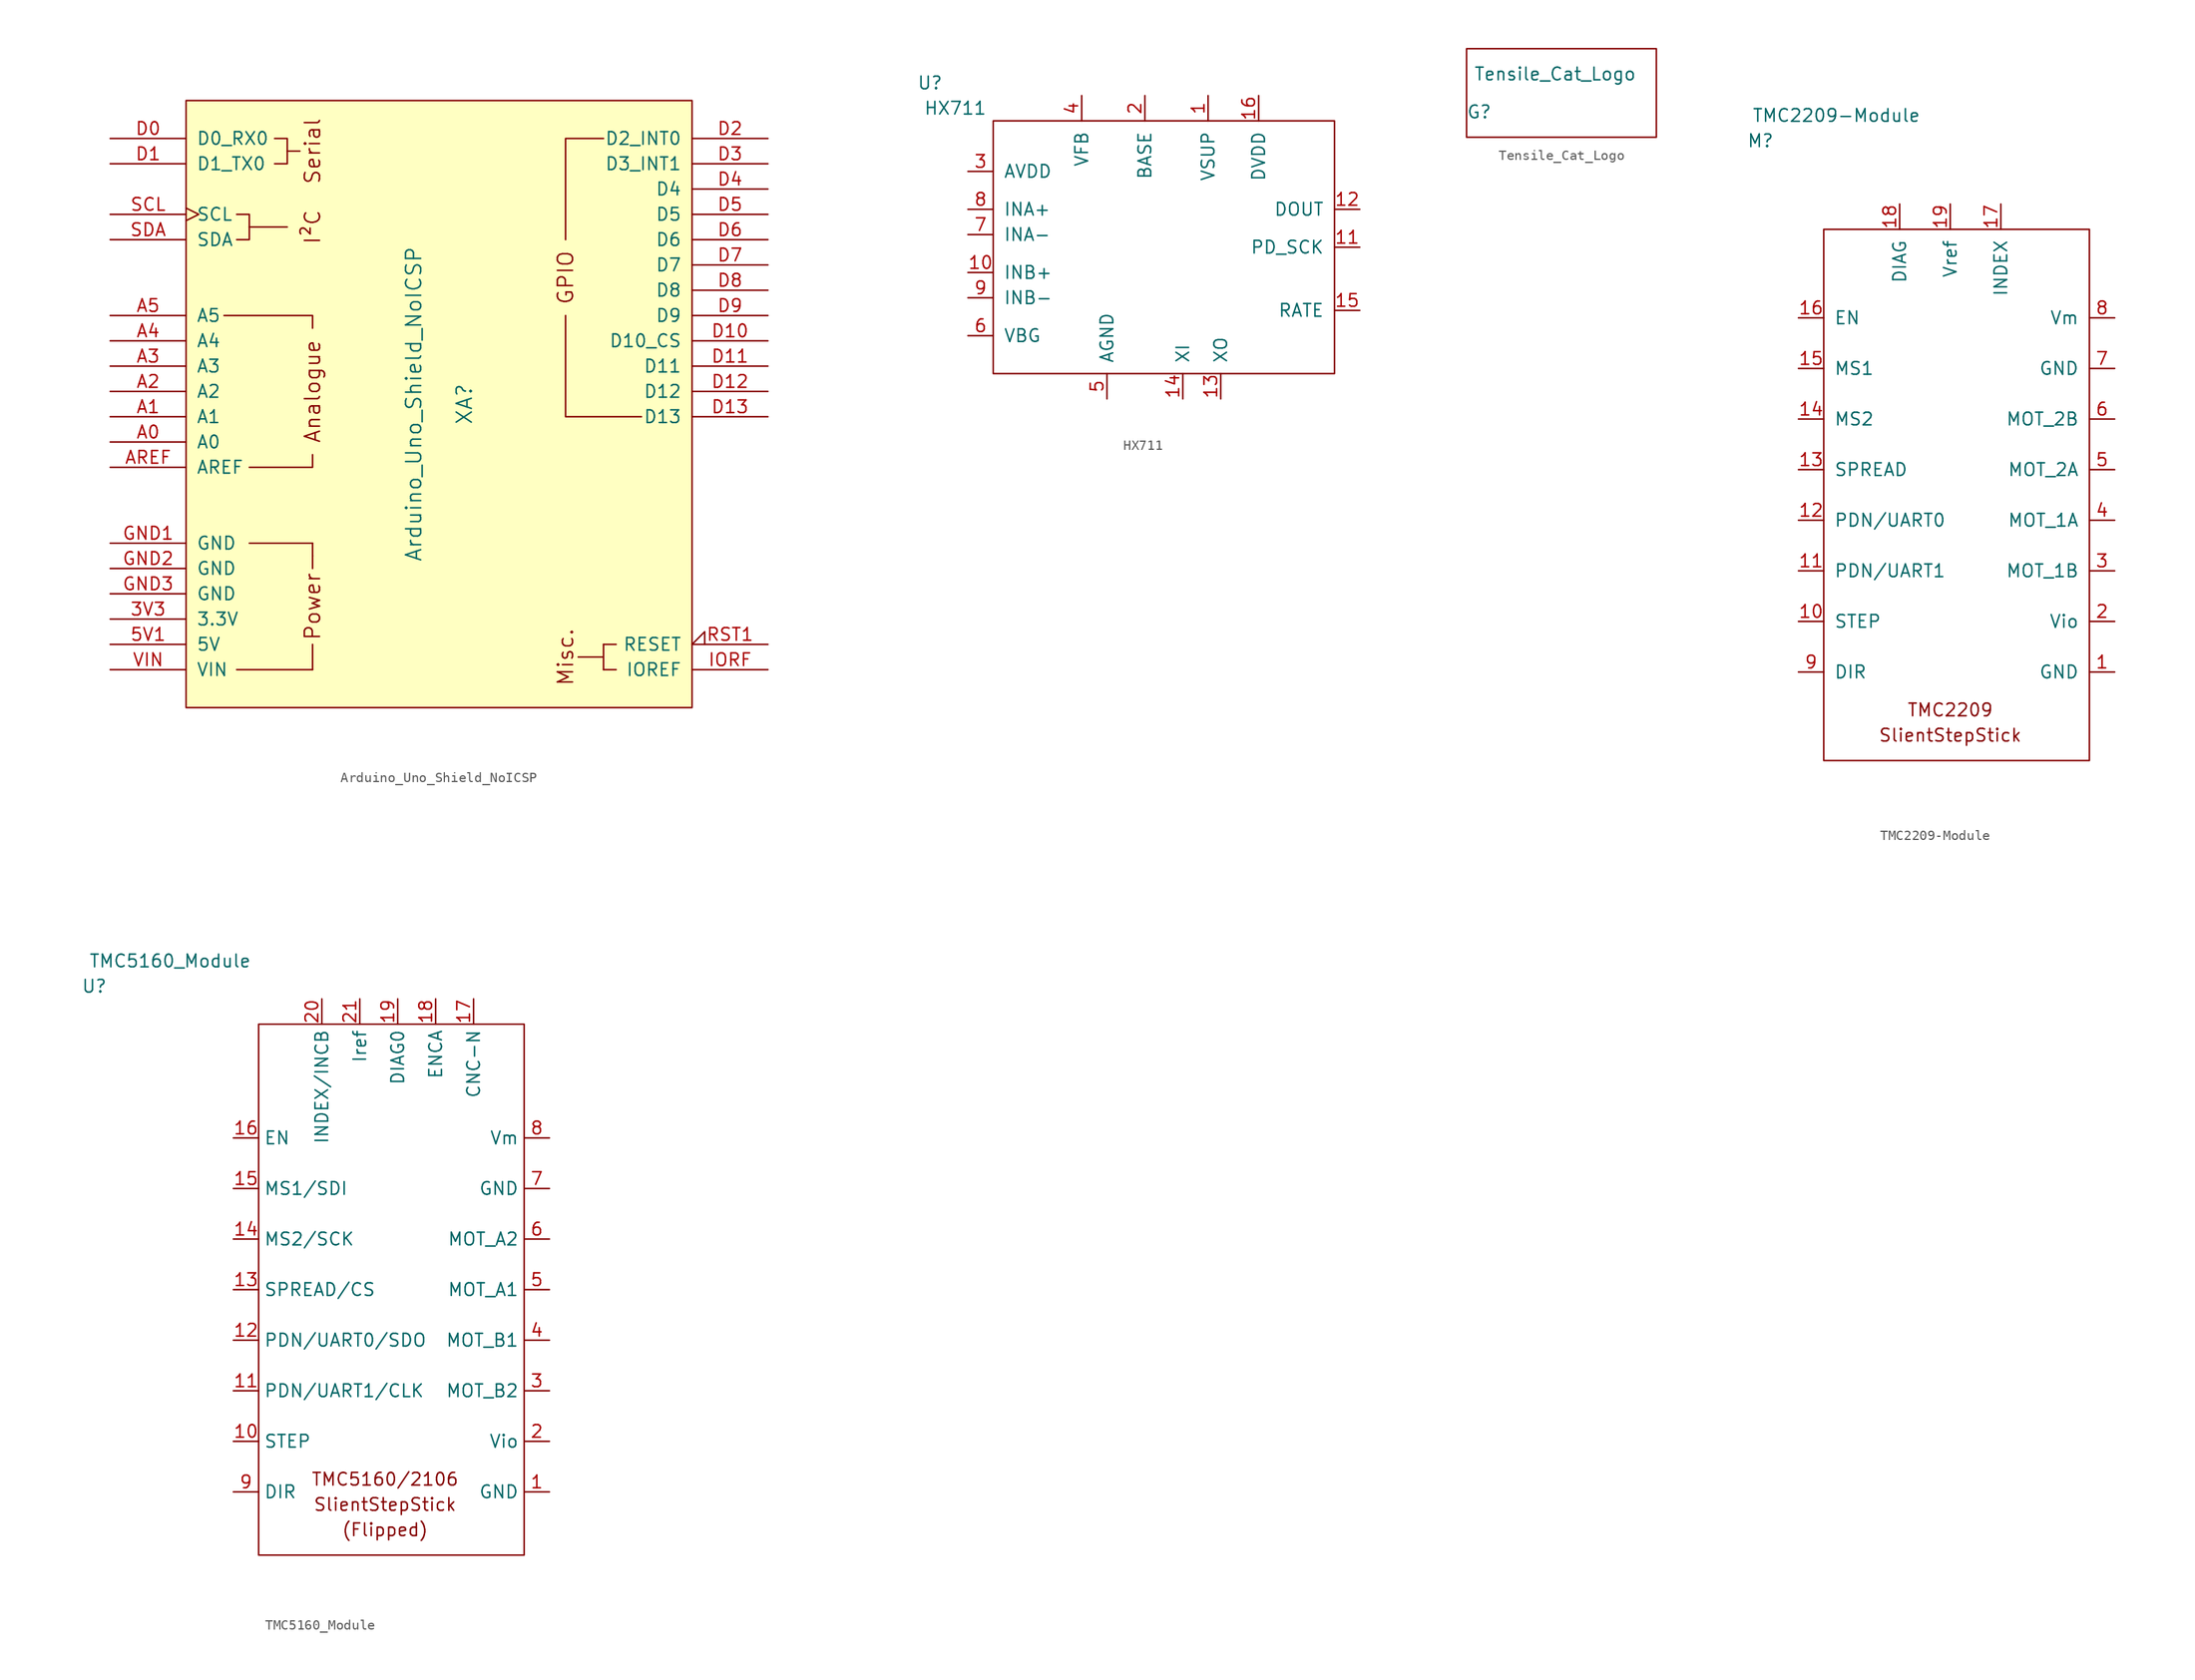
<source format=kicad_sym>
(kicad_symbol_lib
  (version 20211014)
  (generator kicad_symbol_editor)
  (symbol "Arduino_Uno_Shield_NoICSP"
    (pin_names
      (offset 1.016))
    (property "Reference" "XA"
      (at 2.54 0 90)
      (effects (font (size 1.524 1.524))))
    (property "Value" "Arduino_Uno_Shield_NoICSP"
      (at -2.54 0 90)
      (effects (font (size 1.524 1.524))))
    (symbol "Arduino_Uno_Shield_NoICSP_0_0"
      (rectangle (start -25.4 30.48) (end 25.4 -30.48) (stroke (width 0) (type default) (color 0 0 0 0)) (fill (type background)))
      (rectangle (start -20.32 -26.67) (end -12.7 -26.67) (stroke (width 0) (type default) (color 0 0 0 0)) (fill (type none)))
      (rectangle (start -19.05 -13.97) (end -12.7 -13.97) (stroke (width 0) (type default) (color 0 0 0 0)) (fill (type none)))
      (polyline (pts (xy -19.05 17.78) (xy -15.24 17.78)) (stroke (width 0) (type default) (color 0 0 0 0)) (fill (type none)))
      (polyline (pts (xy -15.24 25.4) (xy -13.97 25.4)) (stroke (width 0) (type default) (color 0 0 0 0)) (fill (type none)))
      (polyline (pts (xy -12.7 -26.67) (xy -12.7 -24.13)) (stroke (width 0) (type default) (color 0 0 0 0)) (fill (type none)))
      (polyline (pts (xy -12.7 -15.24) (xy -12.7 -16.51)) (stroke (width 0) (type default) (color 0 0 0 0)) (fill (type none)))
      (polyline (pts (xy -12.7 -13.97) (xy -12.7 -15.24)) (stroke (width 0) (type default) (color 0 0 0 0)) (fill (type none)))
      (polyline (pts (xy -12.7 -5.08) (xy -12.7 -6.35) (xy -19.05 -6.35)) (stroke (width 0) (type default) (color 0 0 0 0)) (fill (type none)))
      (polyline (pts (xy -12.7 7.62) (xy -12.7 8.89) (xy -21.59 8.89)) (stroke (width 0) (type default) (color 0 0 0 0)) (fill (type none)))
      (polyline (pts (xy 12.7 8.89) (xy 12.7 -1.27) (xy 20.32 -1.27)) (stroke (width 0) (type default) (color 0 0 0 0)) (fill (type none)))
      (polyline (pts (xy 12.7 16.51) (xy 12.7 26.67) (xy 16.51 26.67)) (stroke (width 0) (type default) (color 0 0 0 0)) (fill (type none)))
      (polyline (pts (xy -20.32 19.05) (xy -19.05 19.05) (xy -19.05 16.51) (xy -20.32 16.51)) (stroke (width 0) (type default) (color 0 0 0 0)) (fill (type none)))
      (polyline (pts (xy -16.51 26.67) (xy -15.24 26.67) (xy -15.24 24.13) (xy -16.51 24.13)) (stroke (width 0) (type default) (color 0 0 0 0)) (fill (type none)))
      (rectangle (start 16.51 -25.4) (end 13.97 -25.4) (stroke (width 0) (type default) (color 0 0 0 0)) (fill (type none)))
      (rectangle (start 16.51 -24.13) (end 16.51 -26.67) (stroke (width 0) (type default) (color 0 0 0 0)) (fill (type none)))
      (rectangle (start 17.78 -26.67) (end 16.51 -26.67) (stroke (width 0) (type default) (color 0 0 0 0)) (fill (type none)))
      (rectangle (start 17.78 -24.13) (end 16.51 -24.13) (stroke (width 0) (type default) (color 0 0 0 0)) (fill (type none)))
      (text "Analogue" (at -12.7 1.27 900) (effects (font (size 1.524 1.524))))
      (text "I²C" (at -12.7 17.78 900) (effects (font (size 1.524 1.524))))
      (text "Misc." (at 12.7 -25.4 900) (effects (font (size 1.524 1.524))))
      (text "Power" (at -12.7 -20.32 900) (effects (font (size 1.524 1.524))))
      (text "Serial" (at -12.7 25.4 900) (effects (font (size 1.524 1.524)))))
    (symbol "Arduino_Uno_Shield_NoICSP_1_0"
      (text "GPIO" (at 12.7 12.7 900) (effects (font (size 1.524 1.524)))))
    (symbol "Arduino_Uno_Shield_NoICSP_1_1"
      (pin power_in line (at -33.02 -21.59 0) (length 7.62) (name "3.3V" (effects (font (size 1.27 1.27)))) (number "3V3" (effects (font (size 1.27 1.27)))))
      (pin power_in line (at -33.02 -24.13 0) (length 7.62) (name "5V" (effects (font (size 1.27 1.27)))) (number "5V1" (effects (font (size 1.27 1.27)))))
      (pin bidirectional line (at -33.02 -3.81 0) (length 7.62) (name "A0" (effects (font (size 1.27 1.27)))) (number "A0" (effects (font (size 1.27 1.27)))))
      (pin bidirectional line (at -33.02 -1.27 0) (length 7.62) (name "A1" (effects (font (size 1.27 1.27)))) (number "A1" (effects (font (size 1.27 1.27)))))
      (pin bidirectional line (at -33.02 1.27 0) (length 7.62) (name "A2" (effects (font (size 1.27 1.27)))) (number "A2" (effects (font (size 1.27 1.27)))))
      (pin bidirectional line (at -33.02 3.81 0) (length 7.62) (name "A3" (effects (font (size 1.27 1.27)))) (number "A3" (effects (font (size 1.27 1.27)))))
      (pin bidirectional line (at -33.02 6.35 0) (length 7.62) (name "A4" (effects (font (size 1.27 1.27)))) (number "A4" (effects (font (size 1.27 1.27)))))
      (pin bidirectional line (at -33.02 8.89 0) (length 7.62) (name "A5" (effects (font (size 1.27 1.27)))) (number "A5" (effects (font (size 1.27 1.27)))))
      (pin input line (at -33.02 -6.35 0) (length 7.62) (name "AREF" (effects (font (size 1.27 1.27)))) (number "AREF" (effects (font (size 1.27 1.27)))))
      (pin bidirectional line (at -33.02 26.67 0) (length 7.62) (name "D0_RX0" (effects (font (size 1.27 1.27)))) (number "D0" (effects (font (size 1.27 1.27)))))
      (pin bidirectional line (at -33.02 24.13 0) (length 7.62) (name "D1_TX0" (effects (font (size 1.27 1.27)))) (number "D1" (effects (font (size 1.27 1.27)))))
      (pin bidirectional line (at 33.02 6.35 180) (length 7.62) (name "D10_CS" (effects (font (size 1.27 1.27)))) (number "D10" (effects (font (size 1.27 1.27)))))
      (pin bidirectional line (at 33.02 3.81 180) (length 7.62) (name "D11" (effects (font (size 1.27 1.27)))) (number "D11" (effects (font (size 1.27 1.27)))))
      (pin bidirectional line (at 33.02 1.27 180) (length 7.62) (name "D12" (effects (font (size 1.27 1.27)))) (number "D12" (effects (font (size 1.27 1.27)))))
      (pin bidirectional line (at 33.02 -1.27 180) (length 7.62) (name "D13" (effects (font (size 1.27 1.27)))) (number "D13" (effects (font (size 1.27 1.27)))))
      (pin bidirectional line (at 33.02 26.67 180) (length 7.62) (name "D2_INT0" (effects (font (size 1.27 1.27)))) (number "D2" (effects (font (size 1.27 1.27)))))
      (pin bidirectional line (at 33.02 24.13 180) (length 7.62) (name "D3_INT1" (effects (font (size 1.27 1.27)))) (number "D3" (effects (font (size 1.27 1.27)))))
      (pin bidirectional line (at 33.02 21.59 180) (length 7.62) (name "D4" (effects (font (size 1.27 1.27)))) (number "D4" (effects (font (size 1.27 1.27)))))
      (pin bidirectional line (at 33.02 19.05 180) (length 7.62) (name "D5" (effects (font (size 1.27 1.27)))) (number "D5" (effects (font (size 1.27 1.27)))))
      (pin bidirectional line (at 33.02 16.51 180) (length 7.62) (name "D6" (effects (font (size 1.27 1.27)))) (number "D6" (effects (font (size 1.27 1.27)))))
      (pin bidirectional line (at 33.02 13.97 180) (length 7.62) (name "D7" (effects (font (size 1.27 1.27)))) (number "D7" (effects (font (size 1.27 1.27)))))
      (pin bidirectional line (at 33.02 11.43 180) (length 7.62) (name "D8" (effects (font (size 1.27 1.27)))) (number "D8" (effects (font (size 1.27 1.27)))))
      (pin bidirectional line (at 33.02 8.89 180) (length 7.62) (name "D9" (effects (font (size 1.27 1.27)))) (number "D9" (effects (font (size 1.27 1.27)))))
      (pin power_in line (at -33.02 -13.97 0) (length 7.62) (name "GND" (effects (font (size 1.27 1.27)))) (number "GND1" (effects (font (size 1.27 1.27)))))
      (pin power_in line (at -33.02 -16.51 0) (length 7.62) (name "GND" (effects (font (size 1.27 1.27)))) (number "GND2" (effects (font (size 1.27 1.27)))))
      (pin power_in line (at -33.02 -19.05 0) (length 7.62) (name "GND" (effects (font (size 1.27 1.27)))) (number "GND3" (effects (font (size 1.27 1.27)))))
      (pin output line (at 33.02 -26.67 180) (length 7.62) (name "IOREF" (effects (font (size 1.27 1.27)))) (number "IORF" (effects (font (size 1.27 1.27)))))
      (pin open_collector input_low (at 33.02 -24.13 180) (length 7.62) (name "RESET" (effects (font (size 1.27 1.27)))) (number "RST1" (effects (font (size 1.27 1.27)))))
      (pin bidirectional clock (at -33.02 19.05 0) (length 7.62) (name "SCL" (effects (font (size 1.27 1.27)))) (number "SCL" (effects (font (size 1.27 1.27)))))
      (pin bidirectional line (at -33.02 16.51 0) (length 7.62) (name "SDA" (effects (font (size 1.27 1.27)))) (number "SDA" (effects (font (size 1.27 1.27)))))
      (pin power_in line (at -33.02 -26.67 0) (length 7.62) (name "VIN" (effects (font (size 1.27 1.27)))) (number "VIN" (effects (font (size 1.27 1.27)))))))
  (symbol "HX711"
    (pin_names
      (offset 1.016))
    (property "Reference" "U"
      (at -6.35 3.81 0)
      (effects (font (size 1.27 1.27))))
    (property "Value" "HX711"
      (at -3.81 1.27 0)
      (effects (font (size 1.27 1.27))))
    (symbol "HX711_0_1"
      (rectangle (start 0 0) (end 34.29 -25.4) (stroke (width 0) (type default) (color 0 0 0 0)) (fill (type none))))
    (symbol "HX711_1_1"
      (pin input line (at 21.59 2.54 270) (length 2.54) (name "VSUP" (effects (font (size 1.27 1.27)))) (number "1" (effects (font (size 1.27 1.27)))))
      (pin input line (at -2.54 -15.24 0) (length 2.54) (name "INB+" (effects (font (size 1.27 1.27)))) (number "10" (effects (font (size 1.27 1.27)))))
      (pin bidirectional line (at 36.83 -12.7 180) (length 2.54) (name "PD_SCK" (effects (font (size 1.27 1.27)))) (number "11" (effects (font (size 1.27 1.27)))))
      (pin bidirectional line (at 36.83 -8.89 180) (length 2.54) (name "DOUT" (effects (font (size 1.27 1.27)))) (number "12" (effects (font (size 1.27 1.27)))))
      (pin bidirectional line (at 22.86 -27.94 90) (length 2.54) (name "XO" (effects (font (size 1.27 1.27)))) (number "13" (effects (font (size 1.27 1.27)))))
      (pin bidirectional line (at 19.05 -27.94 90) (length 2.54) (name "XI" (effects (font (size 1.27 1.27)))) (number "14" (effects (font (size 1.27 1.27)))))
      (pin bidirectional line (at 36.83 -19.05 180) (length 2.54) (name "RATE" (effects (font (size 1.27 1.27)))) (number "15" (effects (font (size 1.27 1.27)))))
      (pin power_in line (at 26.67 2.54 270) (length 2.54) (name "DVDD" (effects (font (size 1.27 1.27)))) (number "16" (effects (font (size 1.27 1.27)))))
      (pin output line (at 15.24 2.54 270) (length 2.54) (name "BASE" (effects (font (size 1.27 1.27)))) (number "2" (effects (font (size 1.27 1.27)))))
      (pin power_in line (at -2.54 -5.08 0) (length 2.54) (name "AVDD" (effects (font (size 1.27 1.27)))) (number "3" (effects (font (size 1.27 1.27)))))
      (pin input line (at 8.89 2.54 270) (length 2.54) (name "VFB" (effects (font (size 1.27 1.27)))) (number "4" (effects (font (size 1.27 1.27)))))
      (pin bidirectional line (at 11.43 -27.94 90) (length 2.54) (name "AGND" (effects (font (size 1.27 1.27)))) (number "5" (effects (font (size 1.27 1.27)))))
      (pin passive line (at -2.54 -21.59 0) (length 2.54) (name "VBG" (effects (font (size 1.27 1.27)))) (number "6" (effects (font (size 1.27 1.27)))))
      (pin input line (at -2.54 -11.43 0) (length 2.54) (name "INA-" (effects (font (size 1.27 1.27)))) (number "7" (effects (font (size 1.27 1.27)))))
      (pin input line (at -2.54 -8.89 0) (length 2.54) (name "INA+" (effects (font (size 1.27 1.27)))) (number "8" (effects (font (size 1.27 1.27)))))
      (pin input line (at -2.54 -17.78 0) (length 2.54) (name "INB-" (effects (font (size 1.27 1.27)))) (number "9" (effects (font (size 1.27 1.27)))))))
  (symbol "Tensile_Cat_Logo"
    (pin_names
      (offset 1.016))
    (property "Reference" "G"
      (at 1.27 -6.35 0)
      (effects (font (size 1.27 1.27))))
    (property "Value" "Tensile_Cat_Logo"
      (at 8.89 -2.54 0)
      (effects (font (size 1.27 1.27))))
    (symbol "Tensile_Cat_Logo_0_1"
      (rectangle (start 0 0) (end 19.05 -8.89) (stroke (width 0) (type default) (color 0 0 0 0)) (fill (type none)))))
  (symbol "TMC2209-Module"
    (pin_names
      (offset 1.016))
    (property "Reference" "M"
      (at -6.35 8.89 0)
      (effects (font (size 1.27 1.27))))
    (property "Value" "TMC2209-Module"
      (at 1.27 11.43 0)
      (effects (font (size 1.27 1.27))))
    (symbol "TMC2209-Module_0_0"
      (text "SlientStepStick" (at 12.7 -50.8 0) (effects (font (size 1.27 1.27))))
      (text "TMC2209" (at 12.7 -48.26 0) (effects (font (size 1.27 1.27)))))
    (symbol "TMC2209-Module_0_1"
      (rectangle (start 0 0) (end 26.67 -53.34) (stroke (width 0) (type default) (color 0 0 0 0)) (fill (type none))))
    (symbol "TMC2209-Module_1_1"
      (pin input line (at 29.21 -44.45 180) (length 2.54) (name "GND" (effects (font (size 1.27 1.27)))) (number "1" (effects (font (size 1.27 1.27)))))
      (pin input line (at -2.54 -39.37 0) (length 2.54) (name "STEP" (effects (font (size 1.27 1.27)))) (number "10" (effects (font (size 1.27 1.27)))))
      (pin input line (at -2.54 -34.29 0) (length 2.54) (name "PDN/UART1" (effects (font (size 1.27 1.27)))) (number "11" (effects (font (size 1.27 1.27)))))
      (pin input line (at -2.54 -29.21 0) (length 2.54) (name "PDN/UART0" (effects (font (size 1.27 1.27)))) (number "12" (effects (font (size 1.27 1.27)))))
      (pin input line (at -2.54 -24.13 0) (length 2.54) (name "SPREAD" (effects (font (size 1.27 1.27)))) (number "13" (effects (font (size 1.27 1.27)))))
      (pin input line (at -2.54 -19.05 0) (length 2.54) (name "MS2" (effects (font (size 1.27 1.27)))) (number "14" (effects (font (size 1.27 1.27)))))
      (pin input line (at -2.54 -13.97 0) (length 2.54) (name "MS1" (effects (font (size 1.27 1.27)))) (number "15" (effects (font (size 1.27 1.27)))))
      (pin input line (at -2.54 -8.89 0) (length 2.54) (name "EN" (effects (font (size 1.27 1.27)))) (number "16" (effects (font (size 1.27 1.27)))))
      (pin input line (at 17.78 2.54 270) (length 2.54) (name "INDEX" (effects (font (size 1.27 1.27)))) (number "17" (effects (font (size 1.27 1.27)))))
      (pin input line (at 7.62 2.54 270) (length 2.54) (name "DIAG" (effects (font (size 1.27 1.27)))) (number "18" (effects (font (size 1.27 1.27)))))
      (pin input line (at 12.7 2.54 270) (length 2.54) (name "Vref" (effects (font (size 1.27 1.27)))) (number "19" (effects (font (size 1.27 1.27)))))
      (pin input line (at 29.21 -39.37 180) (length 2.54) (name "Vio" (effects (font (size 1.27 1.27)))) (number "2" (effects (font (size 1.27 1.27)))))
      (pin input line (at 29.21 -34.29 180) (length 2.54) (name "MOT_1B" (effects (font (size 1.27 1.27)))) (number "3" (effects (font (size 1.27 1.27)))))
      (pin input line (at 29.21 -29.21 180) (length 2.54) (name "MOT_1A" (effects (font (size 1.27 1.27)))) (number "4" (effects (font (size 1.27 1.27)))))
      (pin input line (at 29.21 -24.13 180) (length 2.54) (name "MOT_2A" (effects (font (size 1.27 1.27)))) (number "5" (effects (font (size 1.27 1.27)))))
      (pin input line (at 29.21 -19.05 180) (length 2.54) (name "MOT_2B" (effects (font (size 1.27 1.27)))) (number "6" (effects (font (size 1.27 1.27)))))
      (pin input line (at 29.21 -13.97 180) (length 2.54) (name "GND" (effects (font (size 1.27 1.27)))) (number "7" (effects (font (size 1.27 1.27)))))
      (pin input line (at 29.21 -8.89 180) (length 2.54) (name "Vm" (effects (font (size 1.27 1.27)))) (number "8" (effects (font (size 1.27 1.27)))))
      (pin input line (at -2.54 -44.45 0) (length 2.54) (name "DIR" (effects (font (size 1.27 1.27)))) (number "9" (effects (font (size 1.27 1.27)))))))
  (symbol "TMC5160_Module"
    (property "Reference" "U"
      (at -16.51 3.81 0)
      (effects (font (size 1.27 1.27))))
    (property "Value" "TMC5160_Module"
      (at -8.89 6.35 0)
      (effects (font (size 1.27 1.27))))
    (symbol "TMC5160_Module_0_0"
      (text "(Flipped)" (at 12.7 -50.8 0) (effects (font (size 1.27 1.27))))
      (text "SlientStepStick" (at 12.7 -48.26 0) (effects (font (size 1.27 1.27))))
      (text "TMC5160/2106" (at 12.7 -45.72 0) (effects (font (size 1.27 1.27)))))
    (symbol "TMC5160_Module_0_1"
      (rectangle (start 0 0) (end 26.67 -53.34) (stroke (width 0) (type default) (color 0 0 0 0)) (fill (type none))))
    (symbol "TMC5160_Module_1_1"
      (pin input line (at 29.21 -46.99 180) (length 2.54) (name "GND" (effects (font (size 1.27 1.27)))) (number "1" (effects (font (size 1.27 1.27)))))
      (pin input line (at -2.54 -41.91 0) (length 2.54) (name "STEP" (effects (font (size 1.27 1.27)))) (number "10" (effects (font (size 1.27 1.27)))))
      (pin input line (at -2.54 -36.83 0) (length 2.54) (name "PDN/UART1/CLK" (effects (font (size 1.27 1.27)))) (number "11" (effects (font (size 1.27 1.27)))))
      (pin input line (at -2.54 -31.75 0) (length 2.54) (name "PDN/UART0/SDO" (effects (font (size 1.27 1.27)))) (number "12" (effects (font (size 1.27 1.27)))))
      (pin input line (at -2.54 -26.67 0) (length 2.54) (name "SPREAD/CS" (effects (font (size 1.27 1.27)))) (number "13" (effects (font (size 1.27 1.27)))))
      (pin input line (at -2.54 -21.59 0) (length 2.54) (name "MS2/SCK" (effects (font (size 1.27 1.27)))) (number "14" (effects (font (size 1.27 1.27)))))
      (pin input line (at -2.54 -16.51 0) (length 2.54) (name "MS1/SDI" (effects (font (size 1.27 1.27)))) (number "15" (effects (font (size 1.27 1.27)))))
      (pin input line (at -2.54 -11.43 0) (length 2.54) (name "EN" (effects (font (size 1.27 1.27)))) (number "16" (effects (font (size 1.27 1.27)))))
      (pin input line (at 21.59 2.54 270) (length 2.54) (name "CNC-N" (effects (font (size 1.27 1.27)))) (number "17" (effects (font (size 1.27 1.27)))))
      (pin input line (at 17.78 2.54 270) (length 2.54) (name "ENCA" (effects (font (size 1.27 1.27)))) (number "18" (effects (font (size 1.27 1.27)))))
      (pin input line (at 13.97 2.54 270) (length 2.54) (name "DIAG0" (effects (font (size 1.27 1.27)))) (number "19" (effects (font (size 1.27 1.27)))))
      (pin input line (at 29.21 -41.91 180) (length 2.54) (name "Vio" (effects (font (size 1.27 1.27)))) (number "2" (effects (font (size 1.27 1.27)))))
      (pin input line (at 6.35 2.54 270) (length 2.54) (name "INDEX/INCB" (effects (font (size 1.27 1.27)))) (number "20" (effects (font (size 1.27 1.27)))))
      (pin input line (at 10.16 2.54 270) (length 2.54) (name "Iref" (effects (font (size 1.27 1.27)))) (number "21" (effects (font (size 1.27 1.27)))))
      (pin input line (at 29.21 -36.83 180) (length 2.54) (name "MOT_B2" (effects (font (size 1.27 1.27)))) (number "3" (effects (font (size 1.27 1.27)))))
      (pin input line (at 29.21 -31.75 180) (length 2.54) (name "MOT_B1" (effects (font (size 1.27 1.27)))) (number "4" (effects (font (size 1.27 1.27)))))
      (pin input line (at 29.21 -26.67 180) (length 2.54) (name "MOT_A1" (effects (font (size 1.27 1.27)))) (number "5" (effects (font (size 1.27 1.27)))))
      (pin input line (at 29.21 -21.59 180) (length 2.54) (name "MOT_A2" (effects (font (size 1.27 1.27)))) (number "6" (effects (font (size 1.27 1.27)))))
      (pin input line (at 29.21 -16.51 180) (length 2.54) (name "GND" (effects (font (size 1.27 1.27)))) (number "7" (effects (font (size 1.27 1.27)))))
      (pin input line (at 29.21 -11.43 180) (length 2.54) (name "Vm" (effects (font (size 1.27 1.27)))) (number "8" (effects (font (size 1.27 1.27)))))
      (pin input line (at -2.54 -46.99 0) (length 2.54) (name "DIR" (effects (font (size 1.27 1.27)))) (number "9" (effects (font (size 1.27 1.27))))))))
</source>
